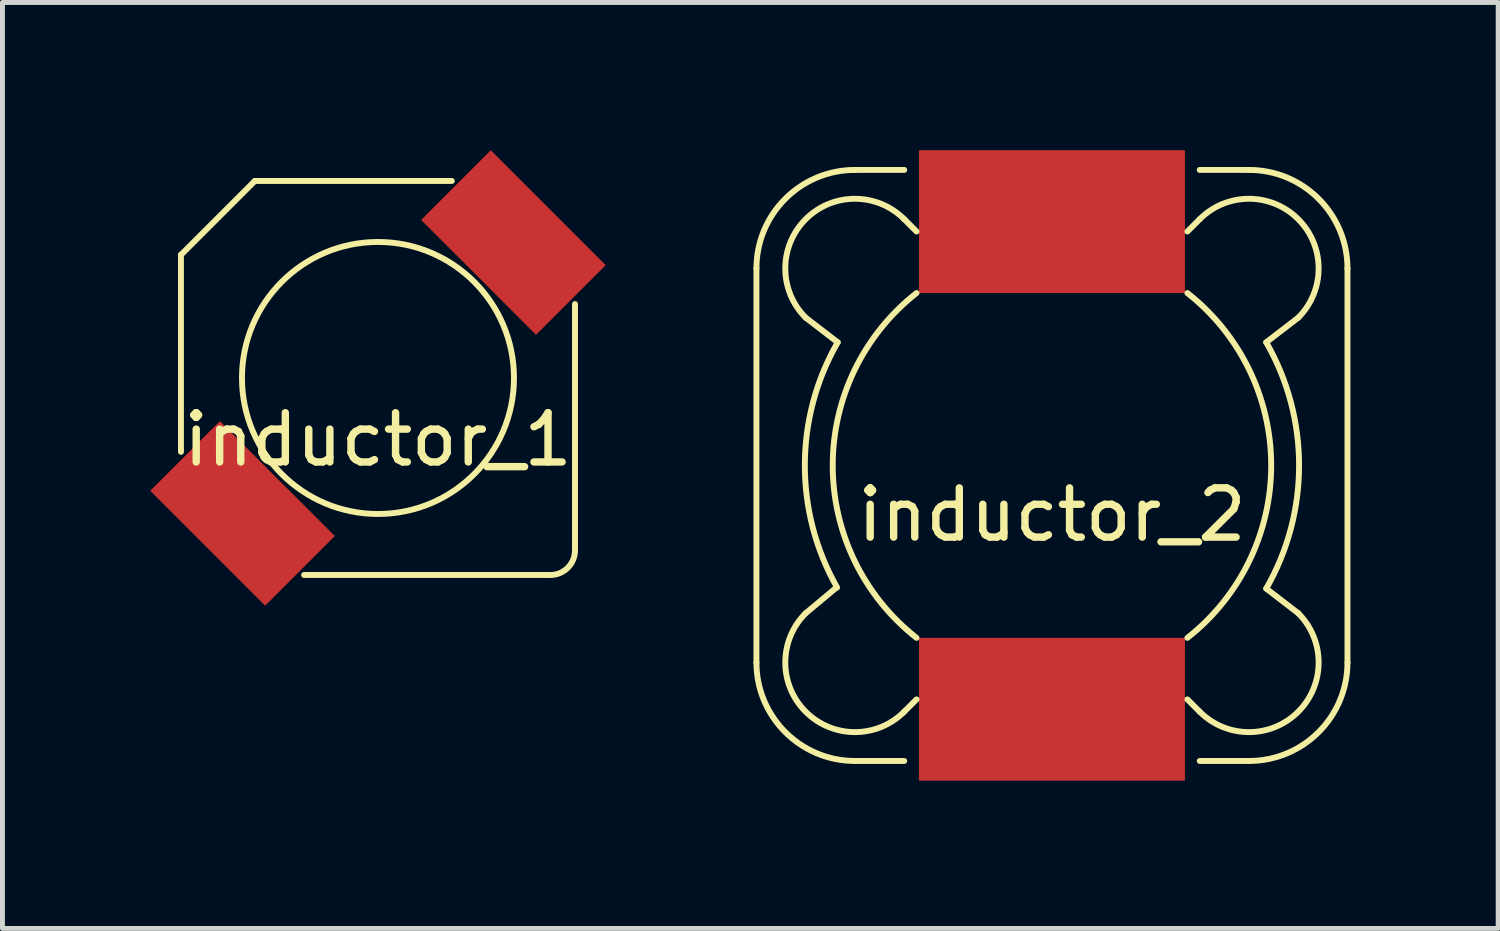
<source format=kicad_pcb>
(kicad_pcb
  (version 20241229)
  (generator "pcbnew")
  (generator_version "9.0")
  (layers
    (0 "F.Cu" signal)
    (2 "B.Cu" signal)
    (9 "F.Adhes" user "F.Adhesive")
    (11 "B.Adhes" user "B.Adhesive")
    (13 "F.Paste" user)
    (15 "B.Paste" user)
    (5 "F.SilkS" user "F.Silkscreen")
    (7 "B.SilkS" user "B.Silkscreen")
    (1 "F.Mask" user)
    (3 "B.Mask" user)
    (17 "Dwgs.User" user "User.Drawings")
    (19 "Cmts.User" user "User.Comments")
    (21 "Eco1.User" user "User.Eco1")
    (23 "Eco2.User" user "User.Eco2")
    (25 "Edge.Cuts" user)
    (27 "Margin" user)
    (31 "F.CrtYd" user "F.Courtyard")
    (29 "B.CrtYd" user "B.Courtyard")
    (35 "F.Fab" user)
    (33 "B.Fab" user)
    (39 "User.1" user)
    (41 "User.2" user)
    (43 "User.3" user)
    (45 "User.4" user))
  (footprint "inductor_1"
    (layer "F.Cu")
    (at 4.624 4.624)
    (property "Reference" "inductor_1" (at 0 1.25 0) (layer "F.SilkS") (effects (font (size 1 1) (thickness 0.15))))
    (attr through_hole)
    (fp_line (start -4 -2.5) (end -2.5 -4) (stroke (width 0.12) (type solid)) (layer "F.SilkS"))
    (fp_line (start -4 1.5) (end -4 -2.5) (stroke (width 0.12) (type solid)) (layer "F.SilkS"))
    (fp_line (start -2.5 -4) (end 1.5 -4) (stroke (width 0.12) (type solid)) (layer "F.SilkS"))
    (fp_line (start 3.5 4) (end -1.5 4) (stroke (width 0.12) (type solid)) (layer "F.SilkS"))
    (fp_line (start 4 -1.5) (end 4 3.5) (stroke (width 0.12) (type solid)) (layer "F.SilkS"))
    (fp_arc (start 4 3.5) (mid 3.853553 3.853553) (end 3.5 4) (stroke (width 0.12) (type solid)) (layer "F.SilkS"))
    (fp_circle (center 0 0) (end -2.75 0.25) (stroke (width 0.12) (type solid)) (fill no) (layer "F.SilkS"))
    (pad "1" smd rect (at -2.75 2.75 45) (size 2 3.3) (layers "F.Cu" "F.Mask" "F.Paste"))
    (pad "2" smd rect (at 2.75 -2.75 45) (size 2 3.3) (layers "F.Cu" "F.Mask" "F.Paste")))
  (footprint "inductor_2"
    (layer "F.Cu")
    (at 18.308 6.4)
    (property "Reference" "inductor_2" (at 0 1 0) (layer "F.SilkS") (effects (font (size 1 1) (thickness 0.15))))
    (attr through_hole)
    (fp_line (start -6 4) (end -6 -4) (stroke (width 0.12) (type solid)) (layer "F.SilkS"))
    (fp_line (start -5 -3) (end -4.35 -2.5) (stroke (width 0.12) (type solid)) (layer "F.SilkS"))
    (fp_line (start -5 3) (end -4.4 2.5) (stroke (width 0.12) (type solid)) (layer "F.SilkS"))
    (fp_line (start -4 -6) (end -3 -6) (stroke (width 0.12) (type solid)) (layer "F.SilkS"))
    (fp_line (start -3 -5) (end -2.75 -4.75) (stroke (width 0.12) (type solid)) (layer "F.SilkS"))
    (fp_line (start -3 5) (end -2.75 4.75) (stroke (width 0.12) (type solid)) (layer "F.SilkS"))
    (fp_line (start -3 6) (end -4 6) (stroke (width 0.12) (type solid)) (layer "F.SilkS"))
    (fp_line (start 3 -5) (end 2.75 -4.75) (stroke (width 0.12) (type solid)) (layer "F.SilkS"))
    (fp_line (start 3 5) (end 2.75 4.75) (stroke (width 0.12) (type solid)) (layer "F.SilkS"))
    (fp_line (start 4 -6) (end 3 -6) (stroke (width 0.12) (type solid)) (layer "F.SilkS"))
    (fp_line (start 4 6) (end 3 6) (stroke (width 0.12) (type solid)) (layer "F.SilkS"))
    (fp_line (start 5 -3) (end 4.35 -2.5) (stroke (width 0.12) (type solid)) (layer "F.SilkS"))
    (fp_line (start 5 3) (end 4.35 2.5) (stroke (width 0.12) (type solid)) (layer "F.SilkS"))
    (fp_line (start 6 -4) (end 6 4) (stroke (width 0.12) (type solid)) (layer "F.SilkS"))
    (fp_arc (start -6 -4) (mid -5.414214 -5.414214) (end -4 -6) (stroke (width 0.12) (type solid)) (layer "F.SilkS"))
    (fp_arc (start -4.999999 -3.000001) (mid -4.999999 -4.999999) (end -3.000001 -4.999999) (stroke (width 0.12) (type solid)) (layer "F.SilkS"))
    (fp_arc (start -4.362254 2.478554) (mid -5.017204 -0.01235) (end -4.349999 -2.499999) (stroke (width 0.12) (type solid)) (layer "F.SilkS"))
    (fp_arc (start -4 6) (mid -5.414214 5.414214) (end -6 4) (stroke (width 0.12) (type solid)) (layer "F.SilkS"))
    (fp_arc (start -3.000001 4.999999) (mid -4.999999 4.999999) (end -4.999999 3.000001) (stroke (width 0.12) (type solid)) (layer "F.SilkS"))
    (fp_arc (start -2.749999 3.499999) (mid -4.451122 0) (end -2.749999 -3.499999) (stroke (width 0.12) (type solid)) (layer "F.SilkS"))
    (fp_arc (start 2.749999 -3.499999) (mid 4.451122 0) (end 2.749999 3.499999) (stroke (width 0.12) (type solid)) (layer "F.SilkS"))
    (fp_arc (start 3.000001 -4.999999) (mid 4.999999 -4.999999) (end 4.999999 -3.000001) (stroke (width 0.12) (type solid)) (layer "F.SilkS"))
    (fp_arc (start 4 -6) (mid 5.414214 -5.414214) (end 6 -4) (stroke (width 0.12) (type solid)) (layer "F.SilkS"))
    (fp_arc (start 4.349999 -2.5) (mid 5.017219 0) (end 4.349999 2.499999) (stroke (width 0.12) (type solid)) (layer "F.SilkS"))
    (fp_arc (start 4.999999 3.000001) (mid 4.999999 4.999999) (end 3.000001 4.999999) (stroke (width 0.12) (type solid)) (layer "F.SilkS"))
    (fp_arc (start 6 4) (mid 5.414214 5.414214) (end 4 6) (stroke (width 0.12) (type solid)) (layer "F.SilkS"))
    (pad "1" smd rect (at 0 -4.95) (size 5.4 2.9) (layers "F.Cu" "F.Mask" "F.Paste"))
    (pad "2" smd rect (at 0 4.95) (size 5.4 2.9) (layers "F.Cu" "F.Mask" "F.Paste")))
  (gr_rect
    (start -3 -3)
    (end 27.368 15.8)
    (stroke (width 0.1) (type default))
    (fill no)
    (layer "Edge.Cuts")))
</source>
